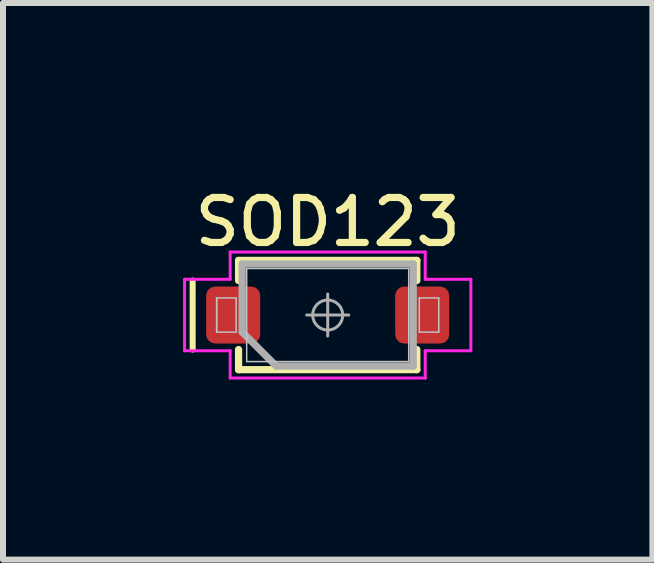
<source format=kicad_pcb>
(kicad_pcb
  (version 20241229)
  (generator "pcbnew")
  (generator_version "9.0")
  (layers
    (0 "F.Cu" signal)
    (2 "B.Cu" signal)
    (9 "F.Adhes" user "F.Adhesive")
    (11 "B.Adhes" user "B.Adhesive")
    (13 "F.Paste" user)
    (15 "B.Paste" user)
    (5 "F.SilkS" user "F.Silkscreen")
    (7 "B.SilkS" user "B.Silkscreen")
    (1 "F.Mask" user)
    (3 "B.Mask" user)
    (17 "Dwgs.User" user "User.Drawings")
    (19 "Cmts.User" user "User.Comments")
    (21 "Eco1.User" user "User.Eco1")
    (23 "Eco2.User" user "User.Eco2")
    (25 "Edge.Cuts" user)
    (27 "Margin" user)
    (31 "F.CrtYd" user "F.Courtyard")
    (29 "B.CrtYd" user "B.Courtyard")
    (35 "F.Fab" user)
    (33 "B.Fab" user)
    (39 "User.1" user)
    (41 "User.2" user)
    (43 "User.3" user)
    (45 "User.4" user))
  (footprint "SOD123"
    (layer "F.Cu")
    (at 2.41 2.199)
    (property "Reference" "SOD123" (at 0 -1.55 0) (layer "F.SilkS") (effects (font (size 0.75 0.75) (thickness 0.12))))
    (attr smd)
    (fp_line (start -2.25 -0.575) (end -2.25 0.575) (stroke (width 0.1) (type solid)) (layer "F.SilkS"))
    (fp_line (start -1.485 -0.91) (end -1.485 -0.575) (stroke (width 0.12) (type solid)) (layer "F.SilkS"))
    (fp_line (start -1.485 0.91) (end -1.485 0.575) (stroke (width 0.12) (type solid)) (layer "F.SilkS"))
    (fp_line (start 1.485 -0.91) (end -1.485 -0.91) (stroke (width 0.12) (type solid)) (layer "F.SilkS"))
    (fp_line (start 1.485 -0.575) (end 1.485 -0.91) (stroke (width 0.12) (type solid)) (layer "F.SilkS"))
    (fp_line (start 1.485 0.575) (end 1.485 0.91) (stroke (width 0.12) (type solid)) (layer "F.SilkS"))
    (fp_line (start 1.485 0.91) (end -1.485 0.91) (stroke (width 0.12) (type solid)) (layer "F.SilkS"))
    (fp_line (start -1.85 -0.285) (end -1.526 -0.285) (stroke (width 0.025) (type solid)) (layer "Dwgs.User"))
    (fp_line (start -1.85 0.285) (end -1.85 -0.285) (stroke (width 0.025) (type solid)) (layer "Dwgs.User"))
    (fp_line (start -1.85 0.285) (end -1.85 -0.285) (stroke (width 0.025) (type solid)) (layer "Dwgs.User"))
    (fp_line (start -1.526 -0.285) (end -1.526 0.285) (stroke (width 0.025) (type solid)) (layer "Dwgs.User"))
    (fp_line (start -1.526 0.285) (end -1.85 0.285) (stroke (width 0.025) (type solid)) (layer "Dwgs.User"))
    (fp_line (start -1.35 -0.775) (end 1.35 -0.775) (stroke (width 0.025) (type solid)) (layer "Dwgs.User"))
    (fp_line (start -1.35 0.775) (end -1.35 -0.775) (stroke (width 0.025) (type solid)) (layer "Dwgs.User"))
    (fp_line (start 1.35 -0.775) (end 1.35 0.775) (stroke (width 0.025) (type solid)) (layer "Dwgs.User"))
    (fp_line (start 1.35 0.775) (end -1.35 0.775) (stroke (width 0.025) (type solid)) (layer "Dwgs.User"))
    (fp_line (start 1.526 -0.285) (end 1.85 -0.285) (stroke (width 0.025) (type solid)) (layer "Dwgs.User"))
    (fp_line (start 1.526 0.285) (end 1.526 -0.285) (stroke (width 0.025) (type solid)) (layer "Dwgs.User"))
    (fp_line (start 1.85 0.285) (end 1.526 0.285) (stroke (width 0.025) (type solid)) (layer "Dwgs.User"))
    (fp_line (start 1.85 0.285) (end 1.85 -0.285) (stroke (width 0.025) (type solid)) (layer "Dwgs.User"))
    (fp_line (start -2.385 -0.595) (end -2.385 0.595) (stroke (width 0.05) (type solid)) (layer "F.CrtYd"))
    (fp_line (start -2.385 0.595) (end -1.625 0.595) (stroke (width 0.05) (type solid)) (layer "F.CrtYd"))
    (fp_line (start -1.625 -1.05) (end -1.625 -0.595) (stroke (width 0.05) (type solid)) (layer "F.CrtYd"))
    (fp_line (start -1.625 -0.595) (end -2.385 -0.595) (stroke (width 0.05) (type solid)) (layer "F.CrtYd"))
    (fp_line (start -1.625 0.595) (end -1.625 1.05) (stroke (width 0.05) (type solid)) (layer "F.CrtYd"))
    (fp_line (start -1.625 1.05) (end 1.625 1.05) (stroke (width 0.05) (type solid)) (layer "F.CrtYd"))
    (fp_line (start 1.625 -1.05) (end -1.625 -1.05) (stroke (width 0.05) (type solid)) (layer "F.CrtYd"))
    (fp_line (start 1.625 -0.595) (end 1.625 -1.05) (stroke (width 0.05) (type solid)) (layer "F.CrtYd"))
    (fp_line (start 1.625 0.595) (end 2.385 0.595) (stroke (width 0.05) (type solid)) (layer "F.CrtYd"))
    (fp_line (start 1.625 1.05) (end 1.625 0.595) (stroke (width 0.05) (type solid)) (layer "F.CrtYd"))
    (fp_line (start 2.385 -0.595) (end 1.625 -0.595) (stroke (width 0.05) (type solid)) (layer "F.CrtYd"))
    (fp_line (start 2.385 0.595) (end 2.385 -0.595) (stroke (width 0.05) (type solid)) (layer "F.CrtYd"))
    (fp_line (start -1.425 -0.85) (end -1.425 0.283) (stroke (width 0.12) (type solid)) (layer "F.Fab"))
    (fp_line (start -1.425 0.283) (end -0.858 0.85) (stroke (width 0.12) (type solid)) (layer "F.Fab"))
    (fp_line (start -0.858 0.85) (end 1.425 0.85) (stroke (width 0.12) (type solid)) (layer "F.Fab"))
    (fp_line (start 0 -0.35) (end 0 0.35) (stroke (width 0.05) (type solid)) (layer "F.Fab"))
    (fp_line (start 0.35 0) (end -0.35 0) (stroke (width 0.05) (type solid)) (layer "F.Fab"))
    (fp_line (start 1.425 -0.85) (end -1.425 -0.85) (stroke (width 0.12) (type solid)) (layer "F.Fab"))
    (fp_line (start 1.425 0.85) (end 1.425 -0.85) (stroke (width 0.12) (type solid)) (layer "F.Fab"))
    (fp_circle (center 0 0) (end 0.25 0) (stroke (width 0.05) (type solid)) (fill no) (layer "F.Fab"))
    (pad "1" smd roundrect (at -1.575 0 180) (size 0.9 0.95) (layers "F.Cu" "F.Mask" "F.Paste") (roundrect_rratio 0.167))
    (pad "2" smd roundrect (at 1.575 0 180) (size 0.9 0.95) (layers "F.Cu" "F.Mask" "F.Paste") (roundrect_rratio 0.167)))
  (gr_rect
    (start -3 -3)
    (end 7.82 6.274)
    (stroke (width 0.1) (type default))
    (fill no)
    (layer "Edge.Cuts")))
</source>
